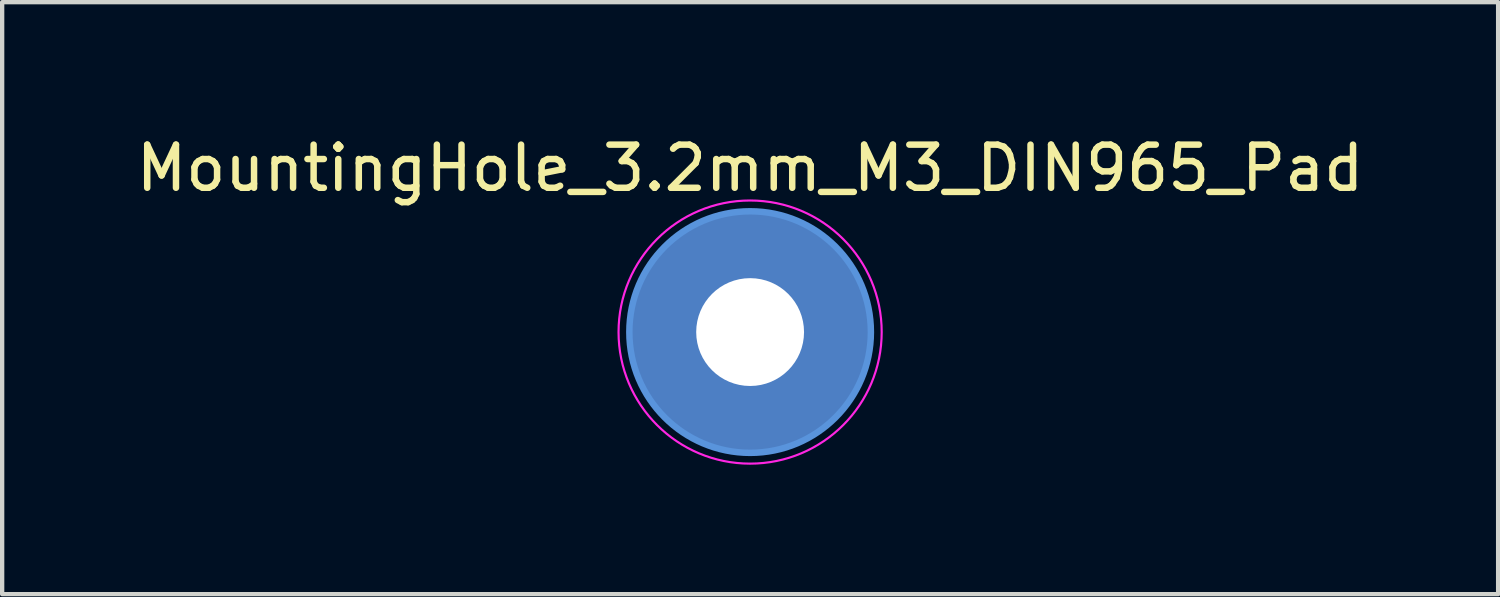
<source format=kicad_pcb>
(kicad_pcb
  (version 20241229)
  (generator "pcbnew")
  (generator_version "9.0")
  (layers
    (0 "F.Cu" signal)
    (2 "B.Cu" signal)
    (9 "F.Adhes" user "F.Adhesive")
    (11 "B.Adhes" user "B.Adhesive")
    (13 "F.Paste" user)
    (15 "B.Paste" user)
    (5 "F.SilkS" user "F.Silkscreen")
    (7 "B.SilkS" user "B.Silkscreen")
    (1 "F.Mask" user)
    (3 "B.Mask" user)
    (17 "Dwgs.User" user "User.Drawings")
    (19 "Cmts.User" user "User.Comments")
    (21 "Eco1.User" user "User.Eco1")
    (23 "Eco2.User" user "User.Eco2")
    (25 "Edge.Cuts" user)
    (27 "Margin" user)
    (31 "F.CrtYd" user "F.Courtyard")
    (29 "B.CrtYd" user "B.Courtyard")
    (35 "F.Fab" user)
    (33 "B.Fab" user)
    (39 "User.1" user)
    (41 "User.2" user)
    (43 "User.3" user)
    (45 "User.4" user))
  (footprint "MountingHole_3.2mm_M3_DIN965_Pad"
    (layer "F.Cu")
    (at 14.339 4.648)
    (property "Reference" "MountingHole_3.2mm_M3_DIN965_Pad" (at 0 -3.8 0) (layer "F.SilkS") (effects (font (size 1 1) (thickness 0.15))))
    (attr through_hole)
    (fp_circle (center 0 0) (end 2.8 0) (stroke (width 0.15) (type solid)) (fill no) (layer "Cmts.User"))
    (fp_circle (center 0 0) (end 3.05 0) (stroke (width 0.05) (type solid)) (fill no) (layer "F.CrtYd"))
    (pad "1" thru_hole circle (at 0 0) (size 5.6 5.6) (drill 2.5) (layers "*.Cu" "*.Mask")))
  (gr_rect
    (start -3 -3)
    (end 31.679 10.723)
    (stroke (width 0.1) (type default))
    (fill no)
    (layer "Edge.Cuts")))
</source>
